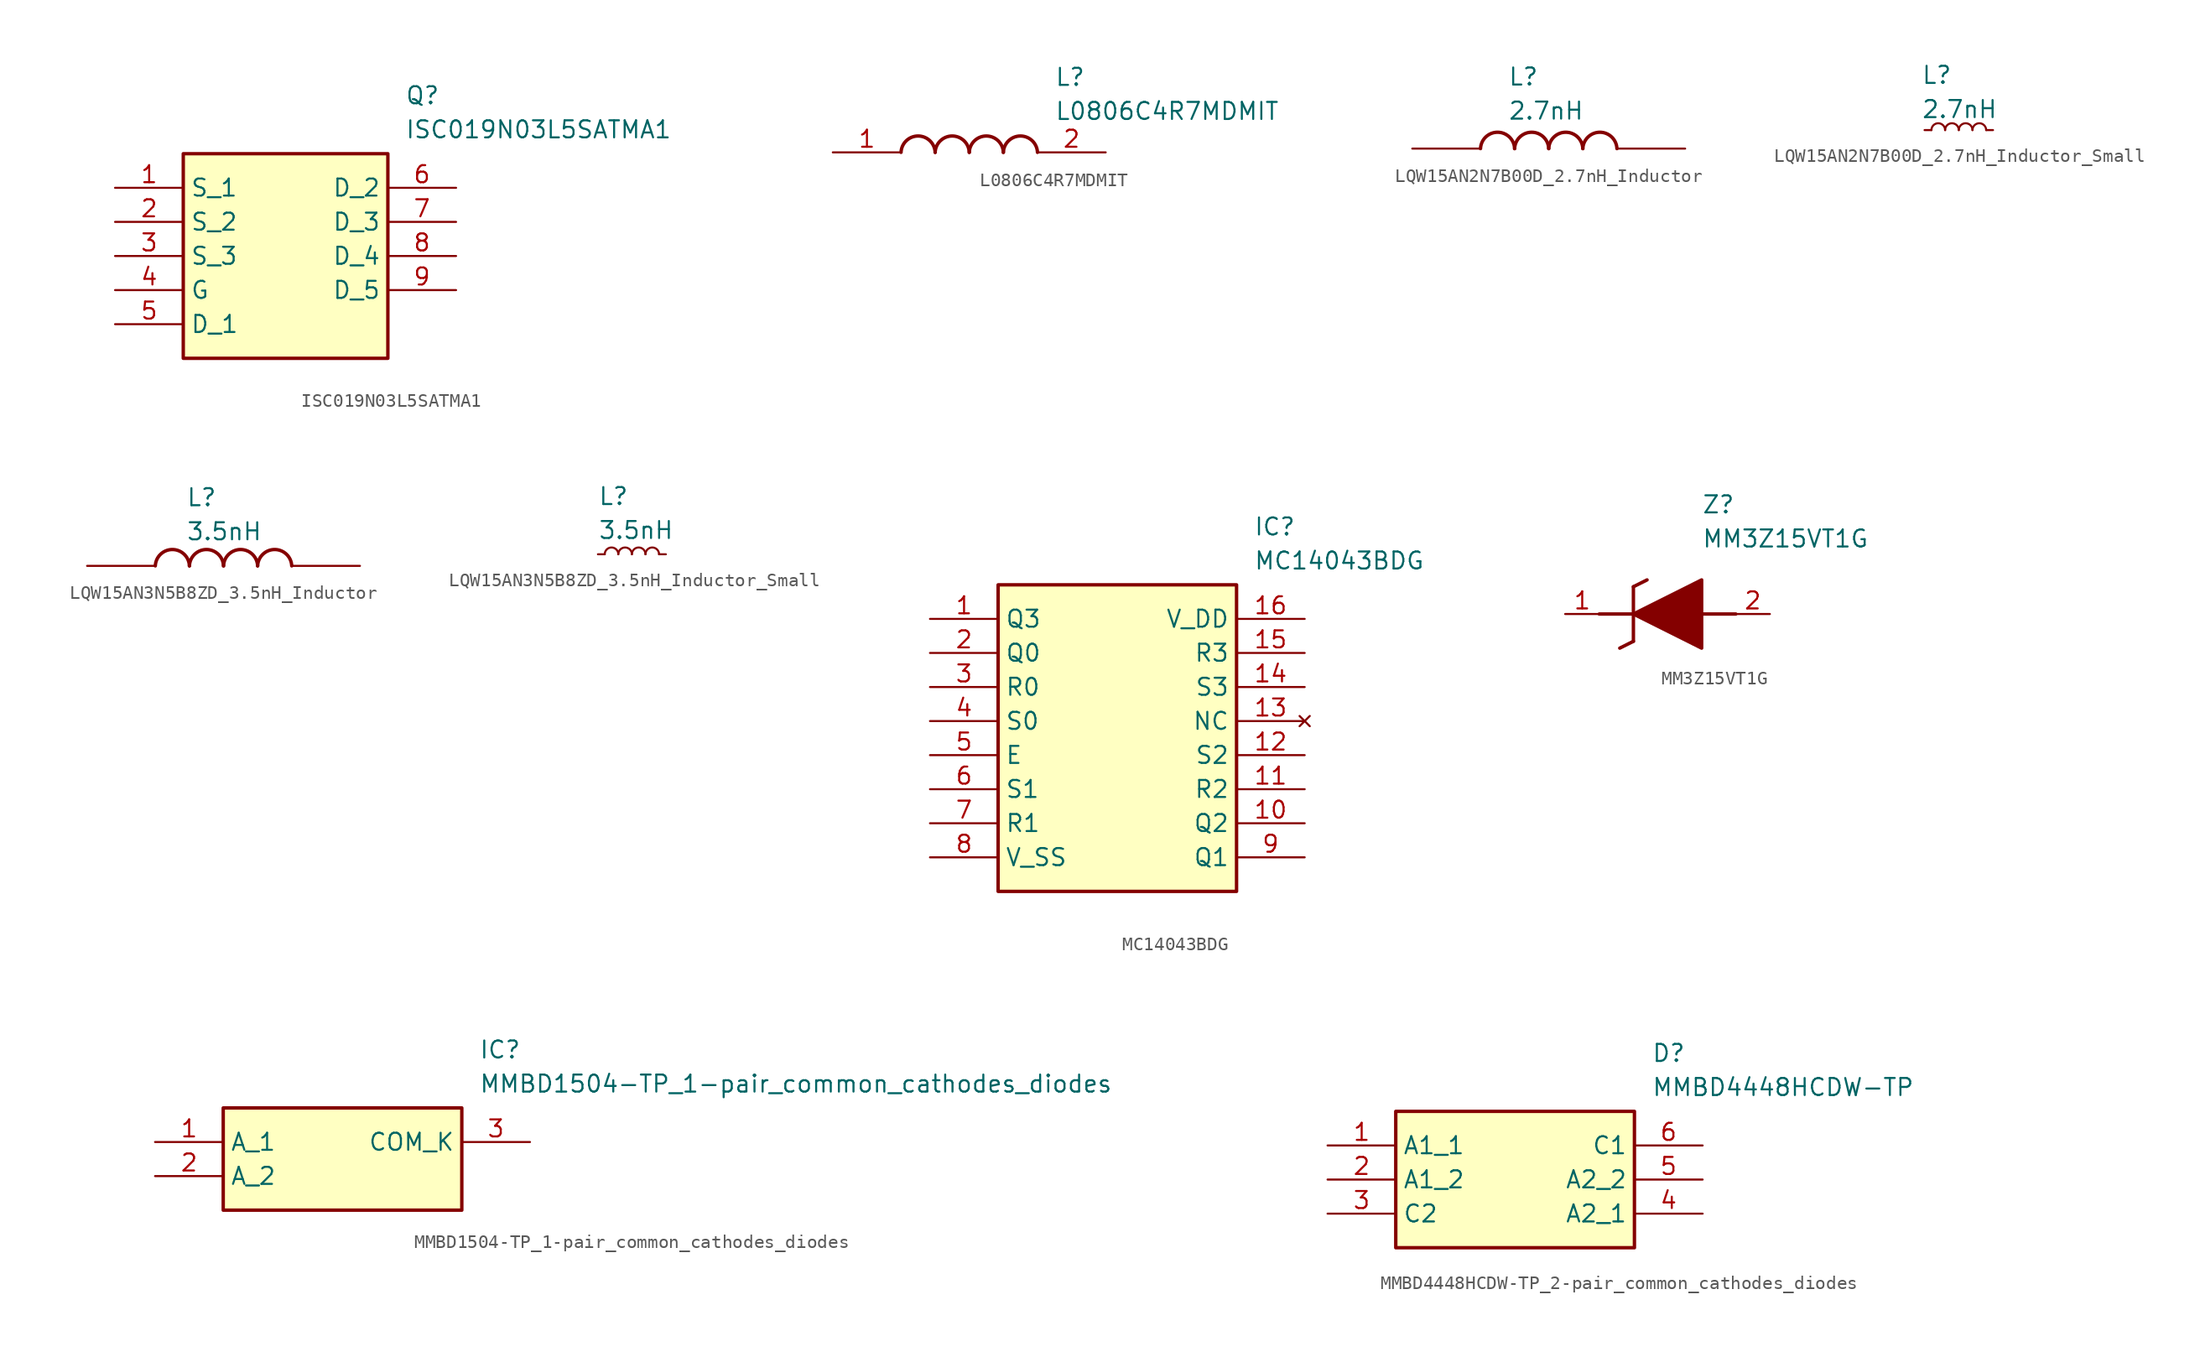
<source format=kicad_sym>
(kicad_symbol_lib
  (version 20241209)
  (generator "kicad_symbol_editor")
  (generator_version "9.0")
  (symbol "ISC019N03L5SATMA1"
    (property "Reference" "Q"
      (at 21.59 7.62 0)
      (effects (font (size 1.27 1.27)) (justify left top)))
    (property "Value" "ISC019N03L5SATMA1"
      (at 21.59 5.08 0)
      (effects (font (size 1.27 1.27)) (justify left top)))
    (symbol "ISC019N03L5SATMA1_1_1"
      (rectangle (start 5.08 2.54) (end 20.32 -12.7) (stroke (width 0.254) (type default)) (fill (type background)))
      (pin passive line (at 0 0 0) (length 5.08) (name "S_1" (effects (font (size 1.27 1.27)))) (number "1" (effects (font (size 1.27 1.27)))))
      (pin passive line (at 0 -2.54 0) (length 5.08) (name "S_2" (effects (font (size 1.27 1.27)))) (number "2" (effects (font (size 1.27 1.27)))))
      (pin passive line (at 0 -5.08 0) (length 5.08) (name "S_3" (effects (font (size 1.27 1.27)))) (number "3" (effects (font (size 1.27 1.27)))))
      (pin passive line (at 0 -7.62 0) (length 5.08) (name "G" (effects (font (size 1.27 1.27)))) (number "4" (effects (font (size 1.27 1.27)))))
      (pin passive line (at 0 -10.16 0) (length 5.08) (name "D_1" (effects (font (size 1.27 1.27)))) (number "5" (effects (font (size 1.27 1.27)))))
      (pin passive line (at 25.4 0 180) (length 5.08) (name "D_2" (effects (font (size 1.27 1.27)))) (number "6" (effects (font (size 1.27 1.27)))))
      (pin passive line (at 25.4 -2.54 180) (length 5.08) (name "D_3" (effects (font (size 1.27 1.27)))) (number "7" (effects (font (size 1.27 1.27)))))
      (pin passive line (at 25.4 -5.08 180) (length 5.08) (name "D_4" (effects (font (size 1.27 1.27)))) (number "8" (effects (font (size 1.27 1.27)))))
      (pin passive line (at 25.4 -7.62 180) (length 5.08) (name "D_5" (effects (font (size 1.27 1.27)))) (number "9" (effects (font (size 1.27 1.27)))))))
  (symbol "L0806C4R7MDMIT"
    (pin_names
      (hide yes))
    (property "Reference" "L"
      (at 16.51 6.35 0)
      (effects (font (size 1.27 1.27)) (justify left top)))
    (property "Value" "L0806C4R7MDMIT"
      (at 16.51 3.81 0)
      (effects (font (size 1.27 1.27)) (justify left top)))
    (symbol "L0806C4R7MDMIT_1_1"
      (arc (start 5.08 0) (mid 6.35 1.219) (end 7.62 0) (stroke (width 0.254) (type default)) (fill (type none)))
      (arc (start 7.62 0) (mid 8.89 1.219) (end 10.16 0) (stroke (width 0.254) (type default)) (fill (type none)))
      (arc (start 10.16 0) (mid 11.43 1.219) (end 12.7 0) (stroke (width 0.254) (type default)) (fill (type none)))
      (arc (start 12.7 0) (mid 13.97 1.219) (end 15.24 0) (stroke (width 0.254) (type default)) (fill (type none)))
      (pin passive line (at 0 0 0) (length 5.08) (name "1" (effects (font (size 1.27 1.27)))) (number "1" (effects (font (size 1.27 1.27)))))
      (pin passive line (at 20.32 0 180) (length 5.08) (name "2" (effects (font (size 1.27 1.27)))) (number "2" (effects (font (size 1.27 1.27)))))))
  (symbol "LQW15AN2N7B00D_2.7nH_Inductor"
    (pin_numbers
      (hide yes))
    (pin_names
      (hide yes))
    (property "Reference" "L"
      (at 7.112 6.096 0)
      (effects (font (size 1.27 1.27)) (justify left top)))
    (property "Value" "2.7nH"
      (at 7.112 3.556 0)
      (effects (font (size 1.27 1.27)) (justify left top)))
    (symbol "LQW15AN2N7B00D_2.7nH_Inductor_1_1"
      (arc (start 5.08 0) (mid 6.35 1.219) (end 7.62 0) (stroke (width 0.254) (type default)) (fill (type none)))
      (arc (start 7.62 0) (mid 8.89 1.219) (end 10.16 0) (stroke (width 0.254) (type default)) (fill (type none)))
      (arc (start 10.16 0) (mid 11.43 1.219) (end 12.7 0) (stroke (width 0.254) (type default)) (fill (type none)))
      (arc (start 12.7 0) (mid 13.97 1.219) (end 15.24 0) (stroke (width 0.254) (type default)) (fill (type none)))
      (pin passive line (at 0 0 0) (length 5.08) (name "1" (effects (font (size 1.27 1.27)))) (number "1" (effects (font (size 1.27 1.27)))))
      (pin passive line (at 20.32 0 180) (length 5.08) (name "2" (effects (font (size 1.27 1.27)))) (number "2" (effects (font (size 1.27 1.27)))))))
  (symbol "LQW15AN2N7B00D_2.7nH_Inductor_Small"
    (pin_numbers
      (hide yes))
    (pin_names
      (hide yes))
    (property "Reference" "L"
      (at -1.524 6.096 0)
      (effects (font (size 1.27 1.27)) (justify left top)))
    (property "Value" "2.7nH"
      (at -1.524 3.556 0)
      (effects (font (size 1.27 1.27)) (justify left top)))
    (symbol "LQW15AN2N7B00D_2.7nH_Inductor_Small_0_1"
      (arc (start -0.762 1.27) (mid -0.254 1.7758) (end 0.254 1.27) (stroke (width 0) (type default)) (fill (type none)))
      (arc (start 0.254 1.27) (mid 0.762 1.7758) (end 1.27 1.27) (stroke (width 0) (type default)) (fill (type none)))
      (arc (start 1.27 1.27) (mid 1.778 1.7758) (end 2.286 1.27) (stroke (width 0) (type default)) (fill (type none)))
      (arc (start 2.286 1.27) (mid 2.794 1.7758) (end 3.302 1.27) (stroke (width 0) (type default)) (fill (type none))))
    (symbol "LQW15AN2N7B00D_2.7nH_Inductor_Small_1_1"
      (pin passive line (at -1.27 1.27 0) (length 0.508) (name "~" (effects (font (size 1.27 1.27)))) (number "1" (effects (font (size 1.27 1.27)))))
      (pin passive line (at 3.81 1.27 180) (length 0.508) (name "~" (effects (font (size 1.27 1.27)))) (number "2" (effects (font (size 1.27 1.27)))))))
  (symbol "LQW15AN3N5B8ZD_3.5nH_Inductor"
    (pin_numbers
      (hide yes))
    (pin_names
      (hide yes))
    (property "Reference" "L"
      (at 7.366 5.842 0)
      (effects (font (size 1.27 1.27)) (justify left top)))
    (property "Value" "3.5nH"
      (at 7.366 3.302 0)
      (effects (font (size 1.27 1.27)) (justify left top)))
    (symbol "LQW15AN3N5B8ZD_3.5nH_Inductor_1_1"
      (arc (start 5.08 0) (mid 6.35 1.219) (end 7.62 0) (stroke (width 0.254) (type default)) (fill (type none)))
      (arc (start 7.62 0) (mid 8.89 1.219) (end 10.16 0) (stroke (width 0.254) (type default)) (fill (type none)))
      (arc (start 10.16 0) (mid 11.43 1.219) (end 12.7 0) (stroke (width 0.254) (type default)) (fill (type none)))
      (arc (start 12.7 0) (mid 13.97 1.219) (end 15.24 0) (stroke (width 0.254) (type default)) (fill (type none)))
      (pin passive line (at 0 0 0) (length 5.08) (name "1" (effects (font (size 1.27 1.27)))) (number "1" (effects (font (size 1.27 1.27)))))
      (pin passive line (at 20.32 0 180) (length 5.08) (name "2" (effects (font (size 1.27 1.27)))) (number "2" (effects (font (size 1.27 1.27)))))))
  (symbol "LQW15AN3N5B8ZD_3.5nH_Inductor_Small"
    (pin_numbers
      (hide yes))
    (pin_names
      (hide yes))
    (property "Reference" "L"
      (at -1.27 6.35 0)
      (effects (font (size 1.27 1.27)) (justify left top)))
    (property "Value" "3.5nH"
      (at -1.27 3.81 0)
      (effects (font (size 1.27 1.27)) (justify left top)))
    (symbol "LQW15AN3N5B8ZD_3.5nH_Inductor_Small_0_1"
      (arc (start -0.762 1.27) (mid -0.254 1.7758) (end 0.254 1.27) (stroke (width 0) (type default)) (fill (type none)))
      (arc (start 0.254 1.27) (mid 0.762 1.7758) (end 1.27 1.27) (stroke (width 0) (type default)) (fill (type none)))
      (arc (start 1.27 1.27) (mid 1.778 1.7758) (end 2.286 1.27) (stroke (width 0) (type default)) (fill (type none)))
      (arc (start 2.286 1.27) (mid 2.794 1.7758) (end 3.302 1.27) (stroke (width 0) (type default)) (fill (type none))))
    (symbol "LQW15AN3N5B8ZD_3.5nH_Inductor_Small_1_1"
      (pin passive line (at -1.27 1.27 0) (length 0.508) (name "~" (effects (font (size 1.27 1.27)))) (number "1" (effects (font (size 1.27 1.27)))))
      (pin passive line (at 3.81 1.27 180) (length 0.508) (name "~" (effects (font (size 1.27 1.27)))) (number "2" (effects (font (size 1.27 1.27)))))))
  (symbol "MC14043BDG"
    (property "Reference" "IC"
      (at 24.13 7.62 0)
      (effects (font (size 1.27 1.27)) (justify left top)))
    (property "Value" "MC14043BDG"
      (at 24.13 5.08 0)
      (effects (font (size 1.27 1.27)) (justify left top)))
    (symbol "MC14043BDG_1_1"
      (rectangle (start 5.08 2.54) (end 22.86 -20.32) (stroke (width 0.254) (type default)) (fill (type background)))
      (pin output line (at 0 0 0) (length 5.08) (name "Q3" (effects (font (size 1.27 1.27)))) (number "1" (effects (font (size 1.27 1.27)))))
      (pin output line (at 0 -2.54 0) (length 5.08) (name "Q0" (effects (font (size 1.27 1.27)))) (number "2" (effects (font (size 1.27 1.27)))))
      (pin input line (at 0 -5.08 0) (length 5.08) (name "R0" (effects (font (size 1.27 1.27)))) (number "3" (effects (font (size 1.27 1.27)))))
      (pin input line (at 0 -7.62 0) (length 5.08) (name "S0" (effects (font (size 1.27 1.27)))) (number "4" (effects (font (size 1.27 1.27)))))
      (pin input line (at 0 -10.16 0) (length 5.08) (name "E" (effects (font (size 1.27 1.27)))) (number "5" (effects (font (size 1.27 1.27)))))
      (pin input line (at 0 -12.7 0) (length 5.08) (name "S1" (effects (font (size 1.27 1.27)))) (number "6" (effects (font (size 1.27 1.27)))))
      (pin input line (at 0 -15.24 0) (length 5.08) (name "R1" (effects (font (size 1.27 1.27)))) (number "7" (effects (font (size 1.27 1.27)))))
      (pin power_in line (at 0 -17.78 0) (length 5.08) (name "V_SS" (effects (font (size 1.27 1.27)))) (number "8" (effects (font (size 1.27 1.27)))))
      (pin power_in line (at 27.94 0 180) (length 5.08) (name "V_DD" (effects (font (size 1.27 1.27)))) (number "16" (effects (font (size 1.27 1.27)))))
      (pin input line (at 27.94 -2.54 180) (length 5.08) (name "R3" (effects (font (size 1.27 1.27)))) (number "15" (effects (font (size 1.27 1.27)))))
      (pin input line (at 27.94 -5.08 180) (length 5.08) (name "S3" (effects (font (size 1.27 1.27)))) (number "14" (effects (font (size 1.27 1.27)))))
      (pin no_connect line (at 27.94 -7.62 180) (length 5.08) (name "NC" (effects (font (size 1.27 1.27)))) (number "13" (effects (font (size 1.27 1.27)))))
      (pin input line (at 27.94 -10.16 180) (length 5.08) (name "S2" (effects (font (size 1.27 1.27)))) (number "12" (effects (font (size 1.27 1.27)))))
      (pin input line (at 27.94 -12.7 180) (length 5.08) (name "R2" (effects (font (size 1.27 1.27)))) (number "11" (effects (font (size 1.27 1.27)))))
      (pin output line (at 27.94 -15.24 180) (length 5.08) (name "Q2" (effects (font (size 1.27 1.27)))) (number "10" (effects (font (size 1.27 1.27)))))
      (pin output line (at 27.94 -17.78 180) (length 5.08) (name "Q1" (effects (font (size 1.27 1.27)))) (number "9" (effects (font (size 1.27 1.27)))))))
  (symbol "MM3Z15VT1G"
    (pin_names
      (hide yes))
    (property "Reference" "Z"
      (at 10.16 8.89 0)
      (effects (font (size 1.27 1.27)) (justify left top)))
    (property "Value" "MM3Z15VT1G"
      (at 10.16 6.35 0)
      (effects (font (size 1.27 1.27)) (justify left top)))
    (symbol "MM3Z15VT1G_1_1"
      (polyline (pts (xy 2.54 0) (xy 5.08 0)) (stroke (width 0.254) (type default)) (fill (type none)))
      (polyline (pts (xy 4.064 -2.54) (xy 5.08 -2.032)) (stroke (width 0.254) (type default)) (fill (type none)))
      (polyline (pts (xy 5.08 2.032) (xy 5.08 -2.032)) (stroke (width 0.254) (type default)) (fill (type none)))
      (polyline (pts (xy 5.08 2.032) (xy 6.096 2.54)) (stroke (width 0.254) (type default)) (fill (type none)))
      (polyline (pts (xy 5.08 0) (xy 10.16 2.54) (xy 10.16 -2.54) (xy 5.08 0)) (stroke (width 0.254) (type default)) (fill (type outline)))
      (polyline (pts (xy 12.7 0) (xy 10.16 0)) (stroke (width 0.254) (type default)) (fill (type none)))
      (pin passive line (at 0 0 0) (length 2.54) (name "K" (effects (font (size 1.27 1.27)))) (number "1" (effects (font (size 1.27 1.27)))))
      (pin passive line (at 15.24 0 180) (length 2.54) (name "A" (effects (font (size 1.27 1.27)))) (number "2" (effects (font (size 1.27 1.27)))))))
  (symbol "MMBD1504-TP_1-pair_common_cathodes_diodes"
    (property "Reference" "IC"
      (at 24.13 7.62 0)
      (effects (font (size 1.27 1.27)) (justify left top)))
    (property "Value" "MMBD1504-TP_1-pair_common_cathodes_diodes"
      (at 24.13 5.08 0)
      (effects (font (size 1.27 1.27)) (justify left top)))
    (symbol "MMBD1504-TP_1-pair_common_cathodes_diodes_1_1"
      (rectangle (start 5.08 2.54) (end 22.86 -5.08) (stroke (width 0.254) (type default)) (fill (type background)))
      (pin passive line (at 0 0 0) (length 5.08) (name "A_1" (effects (font (size 1.27 1.27)))) (number "1" (effects (font (size 1.27 1.27)))))
      (pin passive line (at 0 -2.54 0) (length 5.08) (name "A_2" (effects (font (size 1.27 1.27)))) (number "2" (effects (font (size 1.27 1.27)))))
      (pin passive line (at 27.94 0 180) (length 5.08) (name "COM_K" (effects (font (size 1.27 1.27)))) (number "3" (effects (font (size 1.27 1.27)))))))
  (symbol "MMBD4448HCDW-TP_2-pair_common_cathodes_diodes"
    (property "Reference" "D"
      (at 24.13 7.62 0)
      (effects (font (size 1.27 1.27)) (justify left top)))
    (property "Value" "MMBD4448HCDW-TP"
      (at 24.13 5.08 0)
      (effects (font (size 1.27 1.27)) (justify left top)))
    (symbol "MMBD4448HCDW-TP_2-pair_common_cathodes_diodes_1_1"
      (rectangle (start 5.08 2.54) (end 22.86 -7.62) (stroke (width 0.254) (type default)) (fill (type background)))
      (pin passive line (at 0 0 0) (length 5.08) (name "A1_1" (effects (font (size 1.27 1.27)))) (number "1" (effects (font (size 1.27 1.27)))))
      (pin passive line (at 0 -2.54 0) (length 5.08) (name "A1_2" (effects (font (size 1.27 1.27)))) (number "2" (effects (font (size 1.27 1.27)))))
      (pin passive line (at 0 -5.08 0) (length 5.08) (name "C2" (effects (font (size 1.27 1.27)))) (number "3" (effects (font (size 1.27 1.27)))))
      (pin passive line (at 27.94 0 180) (length 5.08) (name "C1" (effects (font (size 1.27 1.27)))) (number "6" (effects (font (size 1.27 1.27)))))
      (pin passive line (at 27.94 -2.54 180) (length 5.08) (name "A2_2" (effects (font (size 1.27 1.27)))) (number "5" (effects (font (size 1.27 1.27)))))
      (pin passive line (at 27.94 -5.08 180) (length 5.08) (name "A2_1" (effects (font (size 1.27 1.27)))) (number "4" (effects (font (size 1.27 1.27))))))))
</source>
